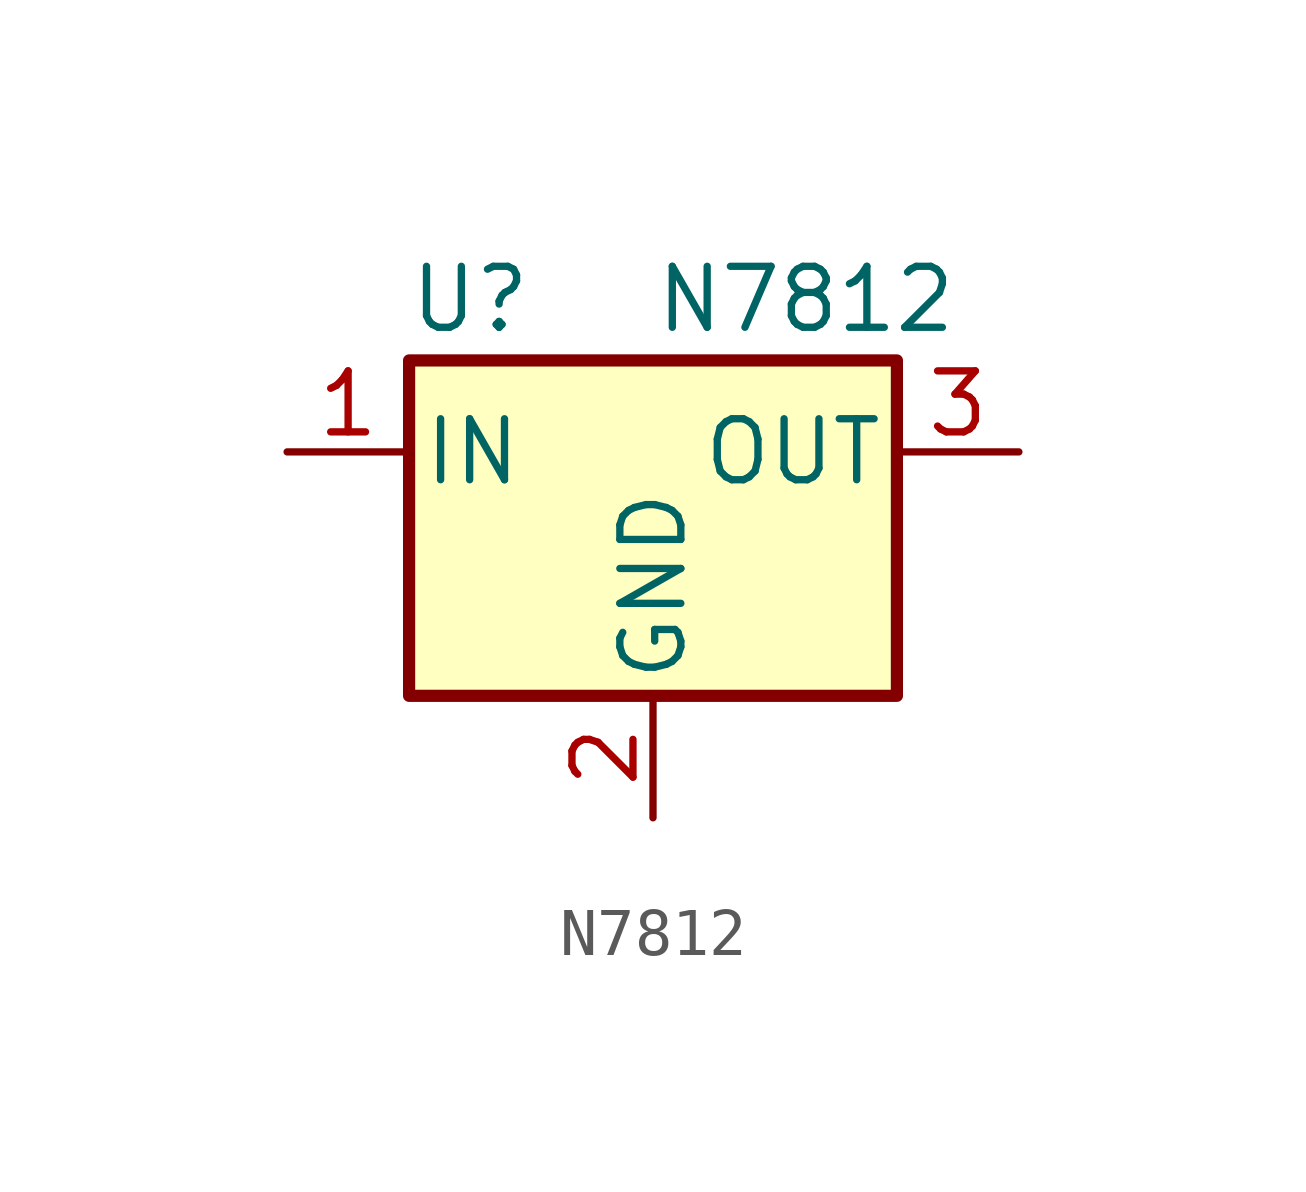
<source format=kicad_sym>
(kicad_symbol_lib
  (version 20241209)
  (generator "kicad_symbol_editor")
  (generator_version "9.0")
  (symbol "N7812"
    (pin_names
      (offset 0.254))
    (property "Reference" "U"
      (at -3.81 3.175 0)
      (effects (font (size 1.27 1.27))))
    (property "Value" "N7812"
      (at 0 3.175 0)
      (effects (font (size 1.27 1.27)) (justify left)))
    (symbol "N7812_0_1"
      (rectangle (start -5.08 1.905) (end 5.08 -5.08) (stroke (width 0.254) (type default)) (fill (type background))))
    (symbol "N7812_1_1"
      (pin power_in line (at -7.62 0 0) (length 2.54) (name "IN" (effects (font (size 1.27 1.27)))) (number "1" (effects (font (size 1.27 1.27)))))
      (pin power_in line (at 0 -7.62 90) (length 2.54) (name "GND" (effects (font (size 1.27 1.27)))) (number "2" (effects (font (size 1.27 1.27)))))
      (pin power_out line (at 7.62 0 180) (length 2.54) (name "OUT" (effects (font (size 1.27 1.27)))) (number "3" (effects (font (size 1.27 1.27))))))))
</source>
